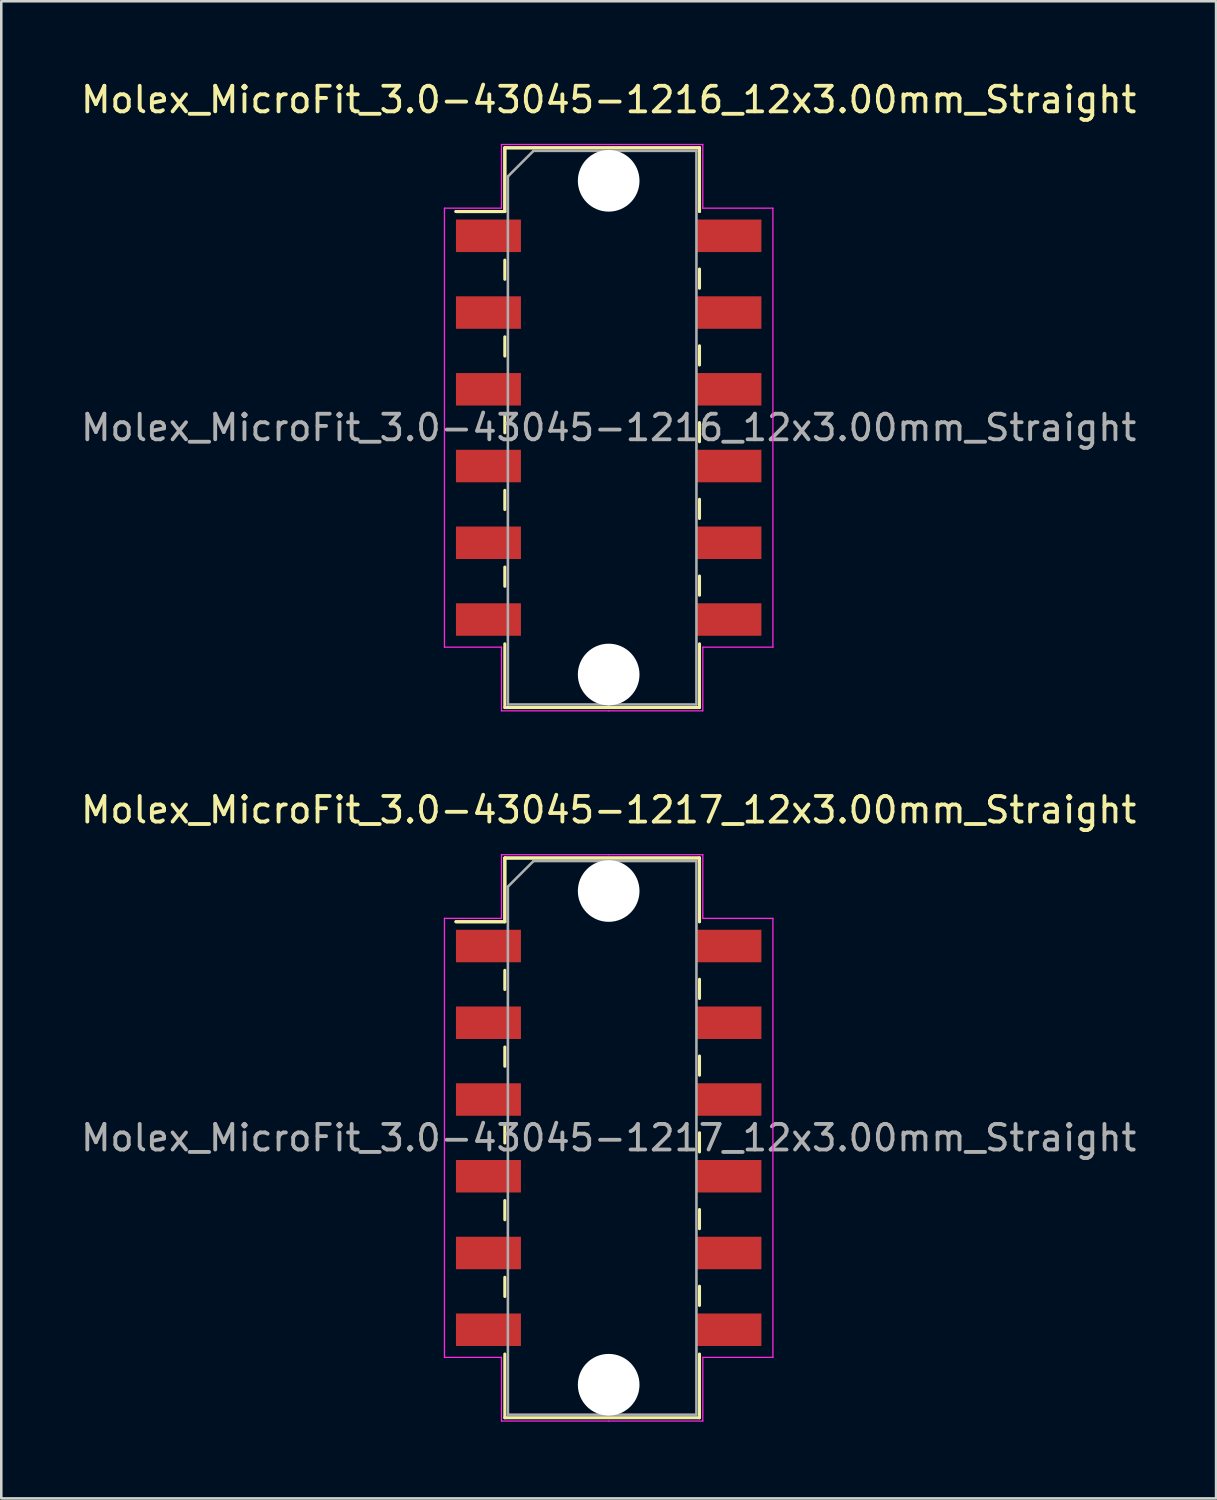
<source format=kicad_pcb>
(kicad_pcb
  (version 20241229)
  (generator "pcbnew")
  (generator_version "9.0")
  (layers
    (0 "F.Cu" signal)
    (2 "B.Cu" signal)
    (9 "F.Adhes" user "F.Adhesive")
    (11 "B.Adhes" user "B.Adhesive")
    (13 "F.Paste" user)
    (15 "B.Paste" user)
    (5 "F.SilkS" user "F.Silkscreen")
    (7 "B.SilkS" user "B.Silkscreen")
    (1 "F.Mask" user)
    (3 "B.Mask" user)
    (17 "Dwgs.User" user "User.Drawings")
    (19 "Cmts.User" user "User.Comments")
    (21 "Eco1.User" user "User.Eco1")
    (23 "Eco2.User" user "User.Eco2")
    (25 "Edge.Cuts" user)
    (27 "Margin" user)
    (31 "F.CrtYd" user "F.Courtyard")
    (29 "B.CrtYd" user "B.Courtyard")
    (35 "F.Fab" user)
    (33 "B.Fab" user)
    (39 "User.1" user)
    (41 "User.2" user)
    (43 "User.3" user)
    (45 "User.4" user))
  (footprint "Molex_MicroFit_3.0-43045-1216_12x3.00mm_Straight"
    (layer "F.Cu")
    (at 20.744 13.668)
    (property "Reference" "Molex_MicroFit_3.0-43045-1216_12x3.00mm_Straight" (at 0 -12.82 0) (layer "F.SilkS") (effects (font (size 1 1) (thickness 0.15))))
    (attr smd)
    (fp_line (start -5.97 -8.45) (end -4.06 -8.45) (stroke (width 0.12) (type solid)) (layer "F.SilkS"))
    (fp_line (start -5.97 -8.45) (end -4.06 -8.45) (stroke (width 0.12) (type solid)) (layer "F.SilkS"))
    (fp_line (start -4.06 -10.94) (end 3.55 -10.94) (stroke (width 0.12) (type solid)) (layer "F.SilkS"))
    (fp_line (start -4.06 -10.94) (end 3.55 -10.94) (stroke (width 0.12) (type solid)) (layer "F.SilkS"))
    (fp_line (start -4.06 -8.45) (end -4.06 -10.94) (stroke (width 0.12) (type solid)) (layer "F.SilkS"))
    (fp_line (start -4.06 -8.45) (end -4.06 -10.94) (stroke (width 0.12) (type solid)) (layer "F.SilkS"))
    (fp_line (start -4.06 -6.55) (end -4.06 -5.8) (stroke (width 0.12) (type solid)) (layer "F.SilkS"))
    (fp_line (start -4.06 -3.55) (end -4.06 -2.8) (stroke (width 0.12) (type solid)) (layer "F.SilkS"))
    (fp_line (start -4.06 -0.55) (end -4.06 0.2) (stroke (width 0.12) (type solid)) (layer "F.SilkS"))
    (fp_line (start -4.06 2.45) (end -4.06 3.2) (stroke (width 0.12) (type solid)) (layer "F.SilkS"))
    (fp_line (start -4.06 5.45) (end -4.06 6.2) (stroke (width 0.12) (type solid)) (layer "F.SilkS"))
    (fp_line (start -4.06 10.94) (end -4.06 8.45) (stroke (width 0.12) (type solid)) (layer "F.SilkS"))
    (fp_line (start 3.55 -10.94) (end 3.55 -8.45) (stroke (width 0.12) (type solid)) (layer "F.SilkS"))
    (fp_line (start 3.55 -10.94) (end 3.55 -8.45) (stroke (width 0.12) (type solid)) (layer "F.SilkS"))
    (fp_line (start 3.55 -5.45) (end 3.55 -6.2) (stroke (width 0.12) (type solid)) (layer "F.SilkS"))
    (fp_line (start 3.55 -2.45) (end 3.55 -3.2) (stroke (width 0.12) (type solid)) (layer "F.SilkS"))
    (fp_line (start 3.55 0.55) (end 3.55 -0.2) (stroke (width 0.12) (type solid)) (layer "F.SilkS"))
    (fp_line (start 3.55 3.55) (end 3.55 2.8) (stroke (width 0.12) (type solid)) (layer "F.SilkS"))
    (fp_line (start 3.55 6.55) (end 3.55 5.8) (stroke (width 0.12) (type solid)) (layer "F.SilkS"))
    (fp_line (start 3.55 8.45) (end 3.55 10.94) (stroke (width 0.12) (type solid)) (layer "F.SilkS"))
    (fp_line (start 3.55 10.94) (end -4.06 10.94) (stroke (width 0.12) (type solid)) (layer "F.SilkS"))
    (fp_line (start -6.42 -8.58) (end -4.19 -8.58) (stroke (width 0.05) (type solid)) (layer "F.CrtYd"))
    (fp_line (start -6.42 8.58) (end -6.42 -8.58) (stroke (width 0.05) (type solid)) (layer "F.CrtYd"))
    (fp_line (start -4.19 -11.07) (end 0 -11.07) (stroke (width 0.05) (type solid)) (layer "F.CrtYd"))
    (fp_line (start -4.19 -8.58) (end -4.19 -11.07) (stroke (width 0.05) (type solid)) (layer "F.CrtYd"))
    (fp_line (start -4.19 8.58) (end -6.42 8.58) (stroke (width 0.05) (type solid)) (layer "F.CrtYd"))
    (fp_line (start -4.19 11.07) (end -4.19 8.58) (stroke (width 0.05) (type solid)) (layer "F.CrtYd"))
    (fp_line (start 0 -11.07) (end 3.68 -11.07) (stroke (width 0.05) (type solid)) (layer "F.CrtYd"))
    (fp_line (start 0 11.07) (end -4.19 11.07) (stroke (width 0.05) (type solid)) (layer "F.CrtYd"))
    (fp_line (start 3.68 -11.07) (end 3.68 -8.58) (stroke (width 0.05) (type solid)) (layer "F.CrtYd"))
    (fp_line (start 3.68 -8.58) (end 6.42 -8.58) (stroke (width 0.05) (type solid)) (layer "F.CrtYd"))
    (fp_line (start 3.68 8.58) (end 3.68 11.07) (stroke (width 0.05) (type solid)) (layer "F.CrtYd"))
    (fp_line (start 3.68 11.07) (end 0 11.07) (stroke (width 0.05) (type solid)) (layer "F.CrtYd"))
    (fp_line (start 6.42 -8.58) (end 6.42 8.58) (stroke (width 0.05) (type solid)) (layer "F.CrtYd"))
    (fp_line (start 6.42 8.58) (end 3.68 8.58) (stroke (width 0.05) (type solid)) (layer "F.CrtYd"))
    (fp_line (start -3.94 -9.82) (end -2.94 -10.82) (stroke (width 0.1) (type solid)) (layer "F.Fab"))
    (fp_line (start -3.94 10.82) (end -3.94 -9.82) (stroke (width 0.1) (type solid)) (layer "F.Fab"))
    (fp_line (start -2.94 -10.82) (end 0 -10.82) (stroke (width 0.1) (type solid)) (layer "F.Fab"))
    (fp_line (start 0 -10.82) (end 3.43 -10.82) (stroke (width 0.1) (type solid)) (layer "F.Fab"))
    (fp_line (start 0 10.82) (end -3.94 10.82) (stroke (width 0.1) (type solid)) (layer "F.Fab"))
    (fp_line (start 3.43 -10.82) (end 3.43 10.82) (stroke (width 0.1) (type solid)) (layer "F.Fab"))
    (fp_line (start 3.43 10.82) (end 0 10.82) (stroke (width 0.1) (type solid)) (layer "F.Fab"))
    (fp_text user "${REFERENCE}" (at 0 0 0) (layer "F.Fab") (effects (font (size 1 1) (thickness 0.15))))
    (pad "" np_thru_hole circle (at 0 -9.65) (size 2.41 2.41) (drill 2.41) (layers "*.Cu"))
    (pad "" np_thru_hole circle (at 0 9.65) (size 2.41 2.41) (drill 2.41) (layers "*.Cu"))
    (pad "1" smd rect (at -4.7 -7.5) (size 2.54 1.27) (layers "F.Cu" "F.Mask" "F.Paste"))
    (pad "2" smd rect (at -4.7 -4.5) (size 2.54 1.27) (layers "F.Cu" "F.Mask" "F.Paste"))
    (pad "3" smd rect (at -4.7 -1.5) (size 2.54 1.27) (layers "F.Cu" "F.Mask" "F.Paste"))
    (pad "4" smd rect (at -4.7 1.5) (size 2.54 1.27) (layers "F.Cu" "F.Mask" "F.Paste"))
    (pad "5" smd rect (at -4.7 4.5) (size 2.54 1.27) (layers "F.Cu" "F.Mask" "F.Paste"))
    (pad "6" smd rect (at -4.7 7.5) (size 2.54 1.27) (layers "F.Cu" "F.Mask" "F.Paste"))
    (pad "7" smd rect (at 4.7 7.5) (size 2.54 1.27) (layers "F.Cu" "F.Mask" "F.Paste"))
    (pad "8" smd rect (at 4.7 4.5) (size 2.54 1.27) (layers "F.Cu" "F.Mask" "F.Paste"))
    (pad "9" smd rect (at 4.7 1.5) (size 2.54 1.27) (layers "F.Cu" "F.Mask" "F.Paste"))
    (pad "10" smd rect (at 4.7 -1.5) (size 2.54 1.27) (layers "F.Cu" "F.Mask" "F.Paste"))
    (pad "11" smd rect (at 4.7 -4.5) (size 2.54 1.27) (layers "F.Cu" "F.Mask" "F.Paste"))
    (pad "12" smd rect (at 4.7 -7.5) (size 2.54 1.27) (layers "F.Cu" "F.Mask" "F.Paste")))
  (footprint "Molex_MicroFit_3.0-43045-1217_12x3.00mm_Straight"
    (layer "F.Cu")
    (at 20.744 41.431)
    (property "Reference" "Molex_MicroFit_3.0-43045-1217_12x3.00mm_Straight" (at 0 -12.82 0) (layer "F.SilkS") (effects (font (size 1 1) (thickness 0.15))))
    (attr smd)
    (fp_line (start -5.97 -8.45) (end -4.06 -8.45) (stroke (width 0.12) (type solid)) (layer "F.SilkS"))
    (fp_line (start -5.97 -8.45) (end -4.06 -8.45) (stroke (width 0.12) (type solid)) (layer "F.SilkS"))
    (fp_line (start -4.06 -10.94) (end 3.55 -10.94) (stroke (width 0.12) (type solid)) (layer "F.SilkS"))
    (fp_line (start -4.06 -10.94) (end 3.55 -10.94) (stroke (width 0.12) (type solid)) (layer "F.SilkS"))
    (fp_line (start -4.06 -8.45) (end -4.06 -10.94) (stroke (width 0.12) (type solid)) (layer "F.SilkS"))
    (fp_line (start -4.06 -8.45) (end -4.06 -10.94) (stroke (width 0.12) (type solid)) (layer "F.SilkS"))
    (fp_line (start -4.06 -6.55) (end -4.06 -5.8) (stroke (width 0.12) (type solid)) (layer "F.SilkS"))
    (fp_line (start -4.06 -3.55) (end -4.06 -2.8) (stroke (width 0.12) (type solid)) (layer "F.SilkS"))
    (fp_line (start -4.06 -0.55) (end -4.06 0.2) (stroke (width 0.12) (type solid)) (layer "F.SilkS"))
    (fp_line (start -4.06 2.45) (end -4.06 3.2) (stroke (width 0.12) (type solid)) (layer "F.SilkS"))
    (fp_line (start -4.06 5.45) (end -4.06 6.2) (stroke (width 0.12) (type solid)) (layer "F.SilkS"))
    (fp_line (start -4.06 10.94) (end -4.06 8.45) (stroke (width 0.12) (type solid)) (layer "F.SilkS"))
    (fp_line (start 3.55 -10.94) (end 3.55 -8.45) (stroke (width 0.12) (type solid)) (layer "F.SilkS"))
    (fp_line (start 3.55 -10.94) (end 3.55 -8.45) (stroke (width 0.12) (type solid)) (layer "F.SilkS"))
    (fp_line (start 3.55 -5.45) (end 3.55 -6.2) (stroke (width 0.12) (type solid)) (layer "F.SilkS"))
    (fp_line (start 3.55 -2.45) (end 3.55 -3.2) (stroke (width 0.12) (type solid)) (layer "F.SilkS"))
    (fp_line (start 3.55 0.55) (end 3.55 -0.2) (stroke (width 0.12) (type solid)) (layer "F.SilkS"))
    (fp_line (start 3.55 3.55) (end 3.55 2.8) (stroke (width 0.12) (type solid)) (layer "F.SilkS"))
    (fp_line (start 3.55 6.55) (end 3.55 5.8) (stroke (width 0.12) (type solid)) (layer "F.SilkS"))
    (fp_line (start 3.55 8.45) (end 3.55 10.94) (stroke (width 0.12) (type solid)) (layer "F.SilkS"))
    (fp_line (start 3.55 10.94) (end -4.06 10.94) (stroke (width 0.12) (type solid)) (layer "F.SilkS"))
    (fp_line (start -6.42 -8.58) (end -4.19 -8.58) (stroke (width 0.05) (type solid)) (layer "F.CrtYd"))
    (fp_line (start -6.42 8.58) (end -6.42 -8.58) (stroke (width 0.05) (type solid)) (layer "F.CrtYd"))
    (fp_line (start -4.19 -11.07) (end 0 -11.07) (stroke (width 0.05) (type solid)) (layer "F.CrtYd"))
    (fp_line (start -4.19 -8.58) (end -4.19 -11.07) (stroke (width 0.05) (type solid)) (layer "F.CrtYd"))
    (fp_line (start -4.19 8.58) (end -6.42 8.58) (stroke (width 0.05) (type solid)) (layer "F.CrtYd"))
    (fp_line (start -4.19 11.07) (end -4.19 8.58) (stroke (width 0.05) (type solid)) (layer "F.CrtYd"))
    (fp_line (start 0 -11.07) (end 3.68 -11.07) (stroke (width 0.05) (type solid)) (layer "F.CrtYd"))
    (fp_line (start 0 11.07) (end -4.19 11.07) (stroke (width 0.05) (type solid)) (layer "F.CrtYd"))
    (fp_line (start 3.68 -11.07) (end 3.68 -8.58) (stroke (width 0.05) (type solid)) (layer "F.CrtYd"))
    (fp_line (start 3.68 -8.58) (end 6.42 -8.58) (stroke (width 0.05) (type solid)) (layer "F.CrtYd"))
    (fp_line (start 3.68 8.58) (end 3.68 11.07) (stroke (width 0.05) (type solid)) (layer "F.CrtYd"))
    (fp_line (start 3.68 11.07) (end 0 11.07) (stroke (width 0.05) (type solid)) (layer "F.CrtYd"))
    (fp_line (start 6.42 -8.58) (end 6.42 8.58) (stroke (width 0.05) (type solid)) (layer "F.CrtYd"))
    (fp_line (start 6.42 8.58) (end 3.68 8.58) (stroke (width 0.05) (type solid)) (layer "F.CrtYd"))
    (fp_line (start -3.94 -9.82) (end -2.94 -10.82) (stroke (width 0.1) (type solid)) (layer "F.Fab"))
    (fp_line (start -3.94 10.82) (end -3.94 -9.82) (stroke (width 0.1) (type solid)) (layer "F.Fab"))
    (fp_line (start -2.94 -10.82) (end 0 -10.82) (stroke (width 0.1) (type solid)) (layer "F.Fab"))
    (fp_line (start 0 -10.82) (end 3.43 -10.82) (stroke (width 0.1) (type solid)) (layer "F.Fab"))
    (fp_line (start 0 10.82) (end -3.94 10.82) (stroke (width 0.1) (type solid)) (layer "F.Fab"))
    (fp_line (start 3.43 -10.82) (end 3.43 10.82) (stroke (width 0.1) (type solid)) (layer "F.Fab"))
    (fp_line (start 3.43 10.82) (end 0 10.82) (stroke (width 0.1) (type solid)) (layer "F.Fab"))
    (fp_text user "${REFERENCE}" (at 0 0 0) (layer "F.Fab") (effects (font (size 1 1) (thickness 0.15))))
    (pad "" np_thru_hole circle (at 0 -9.65) (size 2.41 2.41) (drill 2.41) (layers "*.Cu"))
    (pad "" np_thru_hole circle (at 0 9.65) (size 2.41 2.41) (drill 2.41) (layers "*.Cu"))
    (pad "1" smd rect (at -4.7 -7.5) (size 2.54 1.27) (layers "F.Cu" "F.Mask" "F.Paste"))
    (pad "2" smd rect (at -4.7 -4.5) (size 2.54 1.27) (layers "F.Cu" "F.Mask" "F.Paste"))
    (pad "3" smd rect (at -4.7 -1.5) (size 2.54 1.27) (layers "F.Cu" "F.Mask" "F.Paste"))
    (pad "4" smd rect (at -4.7 1.5) (size 2.54 1.27) (layers "F.Cu" "F.Mask" "F.Paste"))
    (pad "5" smd rect (at -4.7 4.5) (size 2.54 1.27) (layers "F.Cu" "F.Mask" "F.Paste"))
    (pad "6" smd rect (at -4.7 7.5) (size 2.54 1.27) (layers "F.Cu" "F.Mask" "F.Paste"))
    (pad "7" smd rect (at 4.7 7.5) (size 2.54 1.27) (layers "F.Cu" "F.Mask" "F.Paste"))
    (pad "8" smd rect (at 4.7 4.5) (size 2.54 1.27) (layers "F.Cu" "F.Mask" "F.Paste"))
    (pad "9" smd rect (at 4.7 1.5) (size 2.54 1.27) (layers "F.Cu" "F.Mask" "F.Paste"))
    (pad "10" smd rect (at 4.7 -1.5) (size 2.54 1.27) (layers "F.Cu" "F.Mask" "F.Paste"))
    (pad "11" smd rect (at 4.7 -4.5) (size 2.54 1.27) (layers "F.Cu" "F.Mask" "F.Paste"))
    (pad "12" smd rect (at 4.7 -7.5) (size 2.54 1.27) (layers "F.Cu" "F.Mask" "F.Paste")))
  (gr_rect
    (start -3 -3)
    (end 44.488 55.526)
    (stroke (width 0.1) (type default))
    (fill no)
    (layer "Edge.Cuts")))
</source>
